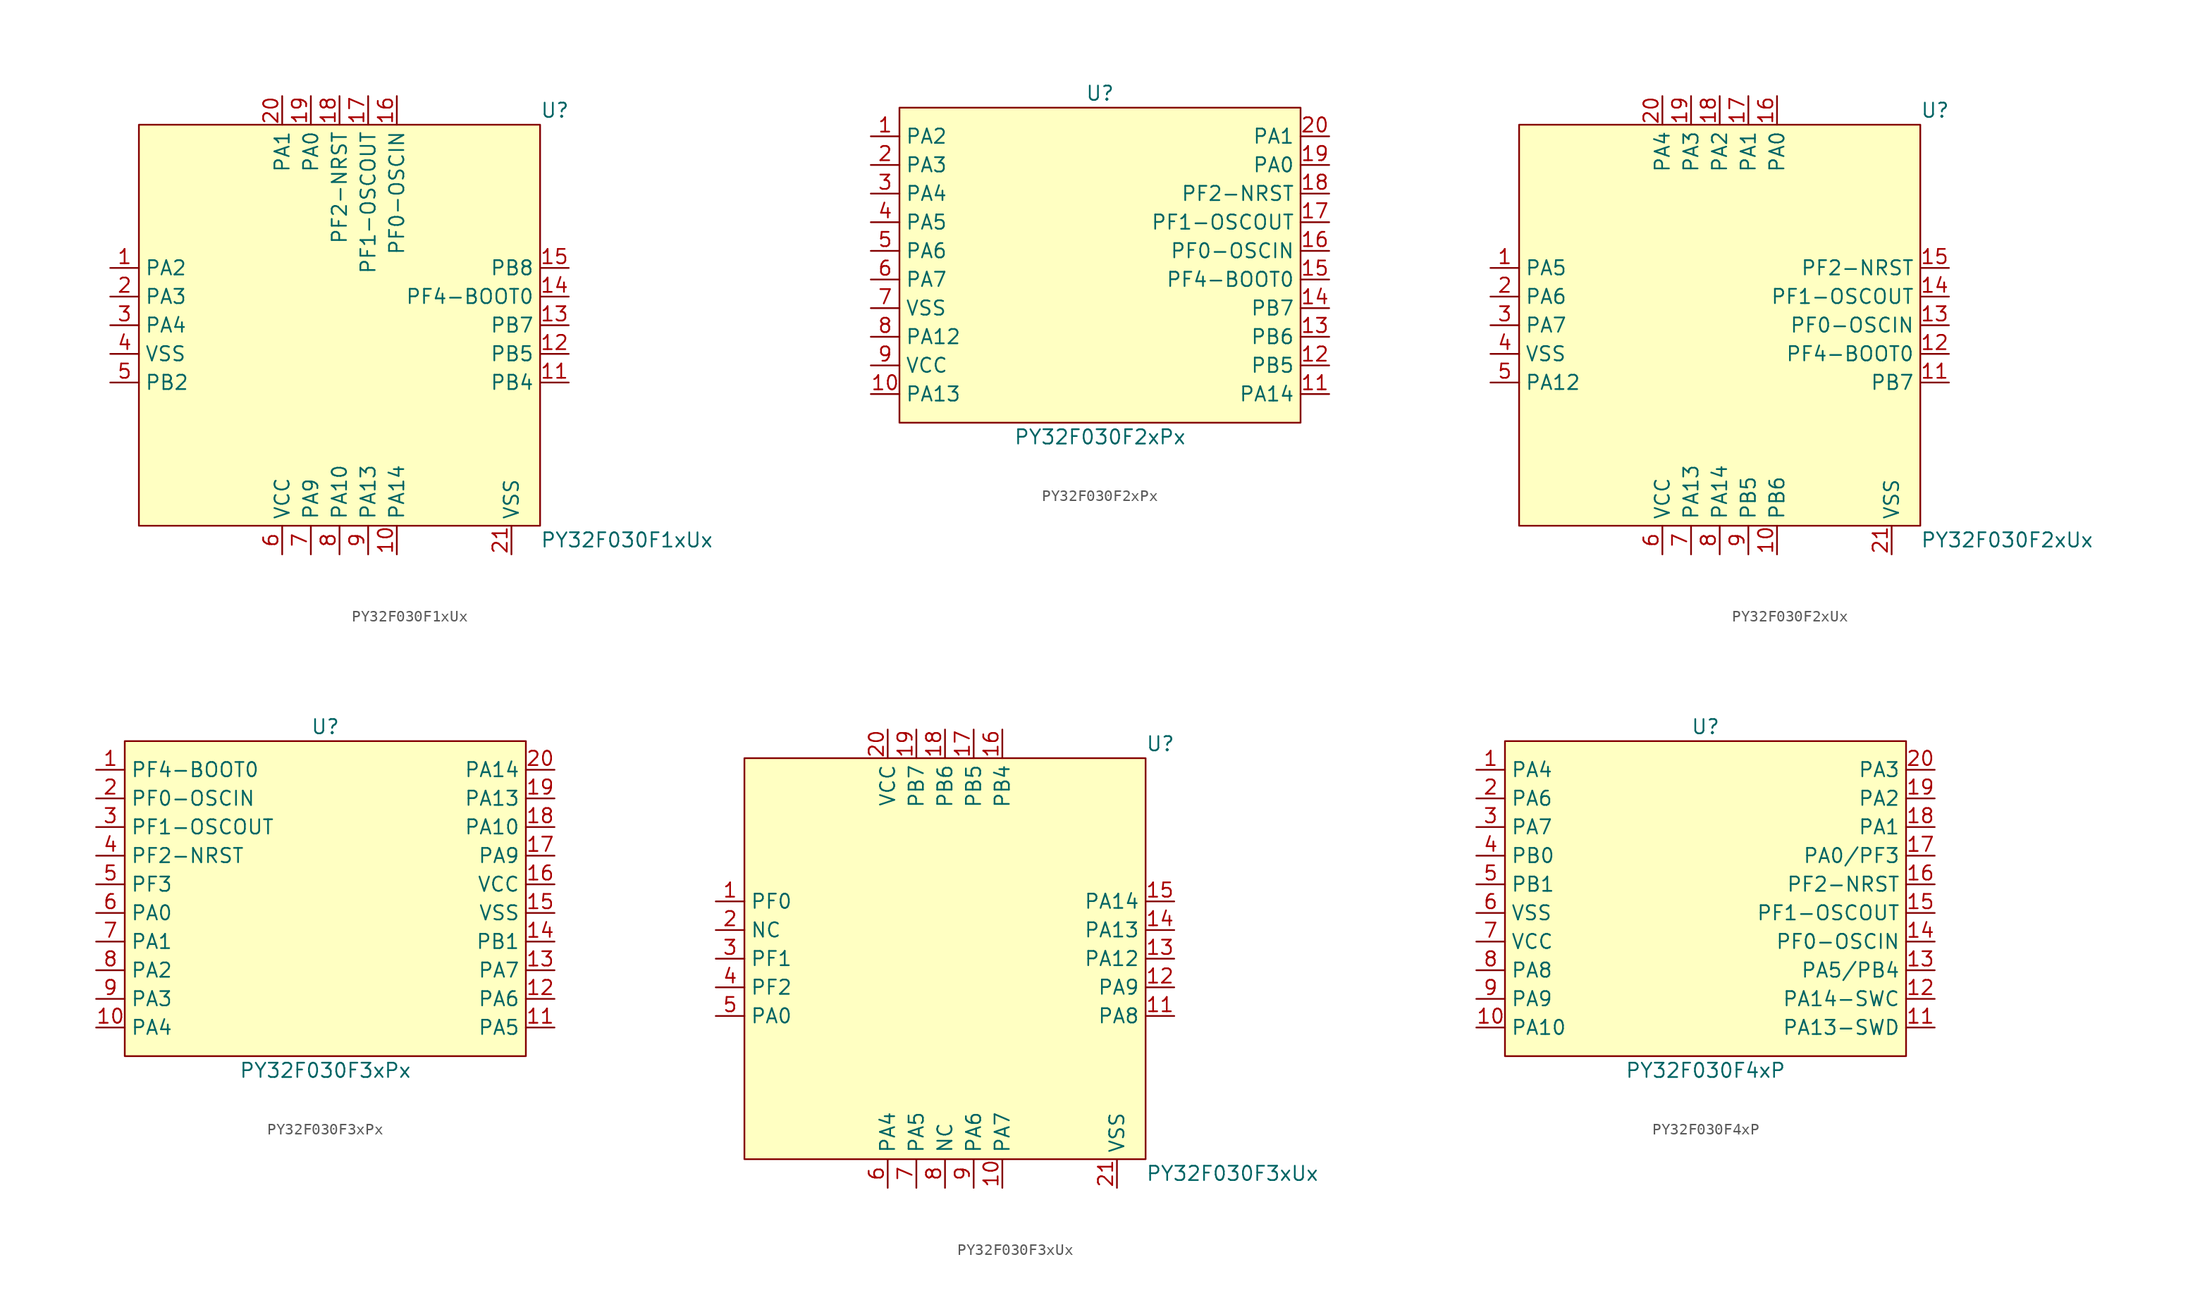
<source format=kicad_sym>
(kicad_symbol_lib
  (version 20241209)
  (generator "kicad_symbol_editor")
  (generator_version "9.0")
  (symbol "PY32F030F1xUx"
    (property "Reference" "U"
      (at 17.78 19.05 0)
      (effects (font (size 1.27 1.27)) (justify left)))
    (property "Value" "PY32F030F1xUx"
      (at 17.78 -19.05 0)
      (effects (font (size 1.27 1.27)) (justify left)))
    (symbol "PY32F030F1xUx_0_0"
      (pin bidirectional line (at -20.32 5.08 0) (length 2.54) (name "PA2" (effects (font (size 1.27 1.27)))) (number "1" (effects (font (size 1.27 1.27)))))
      (pin bidirectional line (at -20.32 2.54 0) (length 2.54) (name "PA3" (effects (font (size 1.27 1.27)))) (number "2" (effects (font (size 1.27 1.27)))))
      (pin bidirectional line (at -20.32 0 0) (length 2.54) (name "PA4" (effects (font (size 1.27 1.27)))) (number "3" (effects (font (size 1.27 1.27)))))
      (pin bidirectional line (at -20.32 -2.54 0) (length 2.54) (name "VSS" (effects (font (size 1.27 1.27)))) (number "4" (effects (font (size 1.27 1.27)))))
      (pin bidirectional line (at -20.32 -5.08 0) (length 2.54) (name "PB2" (effects (font (size 1.27 1.27)))) (number "5" (effects (font (size 1.27 1.27)))))
      (pin bidirectional line (at -5.08 20.32 270) (length 2.54) (name "PA1" (effects (font (size 1.27 1.27)))) (number "20" (effects (font (size 1.27 1.27)))))
      (pin bidirectional line (at -5.08 -20.32 90) (length 2.54) (name "VCC" (effects (font (size 1.27 1.27)))) (number "6" (effects (font (size 1.27 1.27)))))
      (pin bidirectional line (at -2.54 20.32 270) (length 2.54) (name "PA0" (effects (font (size 1.27 1.27)))) (number "19" (effects (font (size 1.27 1.27)))))
      (pin bidirectional line (at -2.54 -20.32 90) (length 2.54) (name "PA9" (effects (font (size 1.27 1.27)))) (number "7" (effects (font (size 1.27 1.27)))))
      (pin bidirectional line (at 0 20.32 270) (length 2.54) (name "PF2-NRST" (effects (font (size 1.27 1.27)))) (number "18" (effects (font (size 1.27 1.27)))))
      (pin bidirectional line (at 0 -20.32 90) (length 2.54) (name "PA10" (effects (font (size 1.27 1.27)))) (number "8" (effects (font (size 1.27 1.27)))))
      (pin bidirectional line (at 2.54 20.32 270) (length 2.54) (name "PF1-OSCOUT" (effects (font (size 1.27 1.27)))) (number "17" (effects (font (size 1.27 1.27)))))
      (pin bidirectional line (at 2.54 -20.32 90) (length 2.54) (name "PA13" (effects (font (size 1.27 1.27)))) (number "9" (effects (font (size 1.27 1.27)))))
      (pin bidirectional line (at 5.08 20.32 270) (length 2.54) (name "PF0-OSCIN" (effects (font (size 1.27 1.27)))) (number "16" (effects (font (size 1.27 1.27)))))
      (pin bidirectional line (at 5.08 -20.32 90) (length 2.54) (name "PA14" (effects (font (size 1.27 1.27)))) (number "10" (effects (font (size 1.27 1.27)))))
      (pin bidirectional line (at 20.32 5.08 180) (length 2.54) (name "PB8" (effects (font (size 1.27 1.27)))) (number "15" (effects (font (size 1.27 1.27)))))
      (pin bidirectional line (at 20.32 2.54 180) (length 2.54) (name "PF4-BOOT0" (effects (font (size 1.27 1.27)))) (number "14" (effects (font (size 1.27 1.27)))))
      (pin bidirectional line (at 20.32 0 180) (length 2.54) (name "PB7" (effects (font (size 1.27 1.27)))) (number "13" (effects (font (size 1.27 1.27)))))
      (pin bidirectional line (at 20.32 -2.54 180) (length 2.54) (name "PB5" (effects (font (size 1.27 1.27)))) (number "12" (effects (font (size 1.27 1.27)))))
      (pin bidirectional line (at 20.32 -5.08 180) (length 2.54) (name "PB4" (effects (font (size 1.27 1.27)))) (number "11" (effects (font (size 1.27 1.27))))))
    (symbol "PY32F030F1xUx_1_0"
      (pin bidirectional line (at 15.24 -20.32 90) (length 2.54) (name "VSS" (effects (font (size 1.27 1.27)))) (number "21" (effects (font (size 1.27 1.27))))))
    (symbol "PY32F030F1xUx_1_1"
      (rectangle (start -17.78 17.78) (end 17.78 -17.78) (stroke (width 0) (type solid)) (fill (type background)))))
  (symbol "PY32F030F2xPx"
    (property "Reference" "U"
      (at 0 13.97 0)
      (effects (font (size 1.27 1.27))))
    (property "Value" "PY32F030F2xPx"
      (at 0 -16.51 0)
      (effects (font (size 1.27 1.27))))
    (symbol "PY32F030F2xPx_0_0"
      (pin bidirectional line (at -20.32 10.16 0) (length 2.54) (name "PA2" (effects (font (size 1.27 1.27)))) (number "1" (effects (font (size 1.27 1.27)))))
      (pin bidirectional line (at -20.32 7.62 0) (length 2.54) (name "PA3" (effects (font (size 1.27 1.27)))) (number "2" (effects (font (size 1.27 1.27)))))
      (pin bidirectional line (at -20.32 5.08 0) (length 2.54) (name "PA4" (effects (font (size 1.27 1.27)))) (number "3" (effects (font (size 1.27 1.27)))))
      (pin bidirectional line (at -20.32 2.54 0) (length 2.54) (name "PA5" (effects (font (size 1.27 1.27)))) (number "4" (effects (font (size 1.27 1.27)))))
      (pin bidirectional line (at -20.32 0 0) (length 2.54) (name "PA6" (effects (font (size 1.27 1.27)))) (number "5" (effects (font (size 1.27 1.27)))))
      (pin bidirectional line (at -20.32 -2.54 0) (length 2.54) (name "PA7" (effects (font (size 1.27 1.27)))) (number "6" (effects (font (size 1.27 1.27)))))
      (pin bidirectional line (at -20.32 -5.08 0) (length 2.54) (name "VSS" (effects (font (size 1.27 1.27)))) (number "7" (effects (font (size 1.27 1.27)))))
      (pin bidirectional line (at -20.32 -7.62 0) (length 2.54) (name "PA12" (effects (font (size 1.27 1.27)))) (number "8" (effects (font (size 1.27 1.27)))))
      (pin bidirectional line (at -20.32 -10.16 0) (length 2.54) (name "VCC" (effects (font (size 1.27 1.27)))) (number "9" (effects (font (size 1.27 1.27)))))
      (pin bidirectional line (at -20.32 -12.7 0) (length 2.54) (name "PA13" (effects (font (size 1.27 1.27)))) (number "10" (effects (font (size 1.27 1.27)))))
      (pin bidirectional line (at 20.32 10.16 180) (length 2.54) (name "PA1" (effects (font (size 1.27 1.27)))) (number "20" (effects (font (size 1.27 1.27)))))
      (pin bidirectional line (at 20.32 7.62 180) (length 2.54) (name "PA0" (effects (font (size 1.27 1.27)))) (number "19" (effects (font (size 1.27 1.27)))))
      (pin bidirectional line (at 20.32 5.08 180) (length 2.54) (name "PF2-NRST" (effects (font (size 1.27 1.27)))) (number "18" (effects (font (size 1.27 1.27)))))
      (pin bidirectional line (at 20.32 2.54 180) (length 2.54) (name "PF1-OSCOUT" (effects (font (size 1.27 1.27)))) (number "17" (effects (font (size 1.27 1.27)))))
      (pin bidirectional line (at 20.32 0 180) (length 2.54) (name "PF0-OSCIN" (effects (font (size 1.27 1.27)))) (number "16" (effects (font (size 1.27 1.27)))))
      (pin bidirectional line (at 20.32 -2.54 180) (length 2.54) (name "PF4-BOOT0" (effects (font (size 1.27 1.27)))) (number "15" (effects (font (size 1.27 1.27)))))
      (pin bidirectional line (at 20.32 -5.08 180) (length 2.54) (name "PB7" (effects (font (size 1.27 1.27)))) (number "14" (effects (font (size 1.27 1.27)))))
      (pin bidirectional line (at 20.32 -7.62 180) (length 2.54) (name "PB6" (effects (font (size 1.27 1.27)))) (number "13" (effects (font (size 1.27 1.27)))))
      (pin bidirectional line (at 20.32 -10.16 180) (length 2.54) (name "PB5" (effects (font (size 1.27 1.27)))) (number "12" (effects (font (size 1.27 1.27)))))
      (pin bidirectional line (at 20.32 -12.7 180) (length 2.54) (name "PA14" (effects (font (size 1.27 1.27)))) (number "11" (effects (font (size 1.27 1.27))))))
    (symbol "PY32F030F2xPx_1_1"
      (rectangle (start -17.78 12.7) (end 17.78 -15.24) (stroke (width 0) (type solid)) (fill (type background)))))
  (symbol "PY32F030F2xUx"
    (property "Reference" "U"
      (at 17.78 19.05 0)
      (effects (font (size 1.27 1.27)) (justify left)))
    (property "Value" "PY32F030F2xUx"
      (at 17.78 -19.05 0)
      (effects (font (size 1.27 1.27)) (justify left)))
    (symbol "PY32F030F2xUx_0_0"
      (pin bidirectional line (at -20.32 5.08 0) (length 2.54) (name "PA5" (effects (font (size 1.27 1.27)))) (number "1" (effects (font (size 1.27 1.27)))))
      (pin bidirectional line (at -20.32 2.54 0) (length 2.54) (name "PA6" (effects (font (size 1.27 1.27)))) (number "2" (effects (font (size 1.27 1.27)))))
      (pin bidirectional line (at -20.32 0 0) (length 2.54) (name "PA7" (effects (font (size 1.27 1.27)))) (number "3" (effects (font (size 1.27 1.27)))))
      (pin bidirectional line (at -20.32 -2.54 0) (length 2.54) (name "VSS" (effects (font (size 1.27 1.27)))) (number "4" (effects (font (size 1.27 1.27)))))
      (pin bidirectional line (at -20.32 -5.08 0) (length 2.54) (name "PA12" (effects (font (size 1.27 1.27)))) (number "5" (effects (font (size 1.27 1.27)))))
      (pin bidirectional line (at -5.08 20.32 270) (length 2.54) (name "PA4" (effects (font (size 1.27 1.27)))) (number "20" (effects (font (size 1.27 1.27)))))
      (pin bidirectional line (at -5.08 -20.32 90) (length 2.54) (name "VCC" (effects (font (size 1.27 1.27)))) (number "6" (effects (font (size 1.27 1.27)))))
      (pin bidirectional line (at -2.54 20.32 270) (length 2.54) (name "PA3" (effects (font (size 1.27 1.27)))) (number "19" (effects (font (size 1.27 1.27)))))
      (pin bidirectional line (at -2.54 -20.32 90) (length 2.54) (name "PA13" (effects (font (size 1.27 1.27)))) (number "7" (effects (font (size 1.27 1.27)))))
      (pin bidirectional line (at 0 20.32 270) (length 2.54) (name "PA2" (effects (font (size 1.27 1.27)))) (number "18" (effects (font (size 1.27 1.27)))))
      (pin bidirectional line (at 2.54 20.32 270) (length 2.54) (name "PA1" (effects (font (size 1.27 1.27)))) (number "17" (effects (font (size 1.27 1.27)))))
      (pin bidirectional line (at 2.54 -20.32 90) (length 2.54) (name "PB5" (effects (font (size 1.27 1.27)))) (number "9" (effects (font (size 1.27 1.27)))))
      (pin bidirectional line (at 5.08 20.32 270) (length 2.54) (name "PA0" (effects (font (size 1.27 1.27)))) (number "16" (effects (font (size 1.27 1.27)))))
      (pin bidirectional line (at 5.08 -20.32 90) (length 2.54) (name "PB6" (effects (font (size 1.27 1.27)))) (number "10" (effects (font (size 1.27 1.27)))))
      (pin bidirectional line (at 20.32 5.08 180) (length 2.54) (name "PF2-NRST" (effects (font (size 1.27 1.27)))) (number "15" (effects (font (size 1.27 1.27)))))
      (pin bidirectional line (at 20.32 2.54 180) (length 2.54) (name "PF1-OSCOUT" (effects (font (size 1.27 1.27)))) (number "14" (effects (font (size 1.27 1.27)))))
      (pin bidirectional line (at 20.32 0 180) (length 2.54) (name "PF0-OSCIN" (effects (font (size 1.27 1.27)))) (number "13" (effects (font (size 1.27 1.27)))))
      (pin bidirectional line (at 20.32 -2.54 180) (length 2.54) (name "PF4-BOOT0" (effects (font (size 1.27 1.27)))) (number "12" (effects (font (size 1.27 1.27)))))
      (pin bidirectional line (at 20.32 -5.08 180) (length 2.54) (name "PB7" (effects (font (size 1.27 1.27)))) (number "11" (effects (font (size 1.27 1.27))))))
    (symbol "PY32F030F2xUx_1_0"
      (pin bidirectional line (at 0 -20.32 90) (length 2.54) (name "PA14" (effects (font (size 1.27 1.27)))) (number "8" (effects (font (size 1.27 1.27)))))
      (pin bidirectional line (at 15.24 -20.32 90) (length 2.54) (name "VSS" (effects (font (size 1.27 1.27)))) (number "21" (effects (font (size 1.27 1.27))))))
    (symbol "PY32F030F2xUx_1_1"
      (rectangle (start -17.78 17.78) (end 17.78 -17.78) (stroke (width 0) (type solid)) (fill (type background)))))
  (symbol "PY32F030F3xPx"
    (property "Reference" "U"
      (at 0 13.97 0)
      (effects (font (size 1.27 1.27))))
    (property "Value" "PY32F030F3xPx"
      (at 0 -16.51 0)
      (effects (font (size 1.27 1.27))))
    (symbol "PY32F030F3xPx_0_0"
      (pin bidirectional line (at -20.32 10.16 0) (length 2.54) (name "PF4-BOOT0" (effects (font (size 1.27 1.27)))) (number "1" (effects (font (size 1.27 1.27)))))
      (pin bidirectional line (at -20.32 7.62 0) (length 2.54) (name "PF0-OSCIN" (effects (font (size 1.27 1.27)))) (number "2" (effects (font (size 1.27 1.27)))))
      (pin bidirectional line (at -20.32 5.08 0) (length 2.54) (name "PF1-OSCOUT" (effects (font (size 1.27 1.27)))) (number "3" (effects (font (size 1.27 1.27)))))
      (pin bidirectional line (at -20.32 2.54 0) (length 2.54) (name "PF2-NRST" (effects (font (size 1.27 1.27)))) (number "4" (effects (font (size 1.27 1.27)))))
      (pin bidirectional line (at -20.32 0 0) (length 2.54) (name "PF3" (effects (font (size 1.27 1.27)))) (number "5" (effects (font (size 1.27 1.27)))))
      (pin bidirectional line (at -20.32 -2.54 0) (length 2.54) (name "PA0" (effects (font (size 1.27 1.27)))) (number "6" (effects (font (size 1.27 1.27)))))
      (pin bidirectional line (at -20.32 -5.08 0) (length 2.54) (name "PA1" (effects (font (size 1.27 1.27)))) (number "7" (effects (font (size 1.27 1.27)))))
      (pin bidirectional line (at -20.32 -7.62 0) (length 2.54) (name "PA2" (effects (font (size 1.27 1.27)))) (number "8" (effects (font (size 1.27 1.27)))))
      (pin bidirectional line (at -20.32 -10.16 0) (length 2.54) (name "PA3" (effects (font (size 1.27 1.27)))) (number "9" (effects (font (size 1.27 1.27)))))
      (pin bidirectional line (at -20.32 -12.7 0) (length 2.54) (name "PA4" (effects (font (size 1.27 1.27)))) (number "10" (effects (font (size 1.27 1.27)))))
      (pin bidirectional line (at 20.32 10.16 180) (length 2.54) (name "PA14" (effects (font (size 1.27 1.27)))) (number "20" (effects (font (size 1.27 1.27)))))
      (pin bidirectional line (at 20.32 7.62 180) (length 2.54) (name "PA13" (effects (font (size 1.27 1.27)))) (number "19" (effects (font (size 1.27 1.27)))))
      (pin bidirectional line (at 20.32 5.08 180) (length 2.54) (name "PA10" (effects (font (size 1.27 1.27)))) (number "18" (effects (font (size 1.27 1.27)))))
      (pin bidirectional line (at 20.32 2.54 180) (length 2.54) (name "PA9" (effects (font (size 1.27 1.27)))) (number "17" (effects (font (size 1.27 1.27)))))
      (pin bidirectional line (at 20.32 0 180) (length 2.54) (name "VCC" (effects (font (size 1.27 1.27)))) (number "16" (effects (font (size 1.27 1.27)))))
      (pin bidirectional line (at 20.32 -2.54 180) (length 2.54) (name "VSS" (effects (font (size 1.27 1.27)))) (number "15" (effects (font (size 1.27 1.27)))))
      (pin bidirectional line (at 20.32 -5.08 180) (length 2.54) (name "PB1" (effects (font (size 1.27 1.27)))) (number "14" (effects (font (size 1.27 1.27)))))
      (pin bidirectional line (at 20.32 -7.62 180) (length 2.54) (name "PA7" (effects (font (size 1.27 1.27)))) (number "13" (effects (font (size 1.27 1.27)))))
      (pin bidirectional line (at 20.32 -10.16 180) (length 2.54) (name "PA6" (effects (font (size 1.27 1.27)))) (number "12" (effects (font (size 1.27 1.27)))))
      (pin bidirectional line (at 20.32 -12.7 180) (length 2.54) (name "PA5" (effects (font (size 1.27 1.27)))) (number "11" (effects (font (size 1.27 1.27))))))
    (symbol "PY32F030F3xPx_1_1"
      (rectangle (start -17.78 12.7) (end 17.78 -15.24) (stroke (width 0) (type solid)) (fill (type background)))))
  (symbol "PY32F030F3xUx"
    (property "Reference" "U"
      (at 17.78 19.05 0)
      (effects (font (size 1.27 1.27)) (justify left)))
    (property "Value" "PY32F030F3xUx"
      (at 17.78 -19.05 0)
      (effects (font (size 1.27 1.27)) (justify left)))
    (symbol "PY32F030F3xUx_0_0"
      (pin bidirectional line (at -20.32 5.08 0) (length 2.54) (name "PF0" (effects (font (size 1.27 1.27)))) (number "1" (effects (font (size 1.27 1.27)))))
      (pin bidirectional line (at -20.32 2.54 0) (length 2.54) (name "NC" (effects (font (size 1.27 1.27)))) (number "2" (effects (font (size 1.27 1.27)))))
      (pin bidirectional line (at -20.32 0 0) (length 2.54) (name "PF1" (effects (font (size 1.27 1.27)))) (number "3" (effects (font (size 1.27 1.27)))))
      (pin bidirectional line (at -20.32 -2.54 0) (length 2.54) (name "PF2" (effects (font (size 1.27 1.27)))) (number "4" (effects (font (size 1.27 1.27)))))
      (pin bidirectional line (at -20.32 -5.08 0) (length 2.54) (name "PA0" (effects (font (size 1.27 1.27)))) (number "5" (effects (font (size 1.27 1.27)))))
      (pin bidirectional line (at -5.08 20.32 270) (length 2.54) (name "VCC" (effects (font (size 1.27 1.27)))) (number "20" (effects (font (size 1.27 1.27)))))
      (pin bidirectional line (at -5.08 -20.32 90) (length 2.54) (name "PA4" (effects (font (size 1.27 1.27)))) (number "6" (effects (font (size 1.27 1.27)))))
      (pin bidirectional line (at -2.54 20.32 270) (length 2.54) (name "PB7" (effects (font (size 1.27 1.27)))) (number "19" (effects (font (size 1.27 1.27)))))
      (pin bidirectional line (at -2.54 -20.32 90) (length 2.54) (name "PA5" (effects (font (size 1.27 1.27)))) (number "7" (effects (font (size 1.27 1.27)))))
      (pin bidirectional line (at 0 20.32 270) (length 2.54) (name "PB6" (effects (font (size 1.27 1.27)))) (number "18" (effects (font (size 1.27 1.27)))))
      (pin bidirectional line (at 0 -20.32 90) (length 2.54) (name "NC" (effects (font (size 1.27 1.27)))) (number "8" (effects (font (size 1.27 1.27)))))
      (pin bidirectional line (at 2.54 20.32 270) (length 2.54) (name "PB5" (effects (font (size 1.27 1.27)))) (number "17" (effects (font (size 1.27 1.27)))))
      (pin bidirectional line (at 2.54 -20.32 90) (length 2.54) (name "PA6" (effects (font (size 1.27 1.27)))) (number "9" (effects (font (size 1.27 1.27)))))
      (pin bidirectional line (at 5.08 20.32 270) (length 2.54) (name "PB4" (effects (font (size 1.27 1.27)))) (number "16" (effects (font (size 1.27 1.27)))))
      (pin bidirectional line (at 5.08 -20.32 90) (length 2.54) (name "PA7" (effects (font (size 1.27 1.27)))) (number "10" (effects (font (size 1.27 1.27)))))
      (pin bidirectional line (at 20.32 5.08 180) (length 2.54) (name "PA14" (effects (font (size 1.27 1.27)))) (number "15" (effects (font (size 1.27 1.27)))))
      (pin bidirectional line (at 20.32 2.54 180) (length 2.54) (name "PA13" (effects (font (size 1.27 1.27)))) (number "14" (effects (font (size 1.27 1.27)))))
      (pin bidirectional line (at 20.32 0 180) (length 2.54) (name "PA12" (effects (font (size 1.27 1.27)))) (number "13" (effects (font (size 1.27 1.27)))))
      (pin bidirectional line (at 20.32 -2.54 180) (length 2.54) (name "PA9" (effects (font (size 1.27 1.27)))) (number "12" (effects (font (size 1.27 1.27)))))
      (pin bidirectional line (at 20.32 -5.08 180) (length 2.54) (name "PA8" (effects (font (size 1.27 1.27)))) (number "11" (effects (font (size 1.27 1.27))))))
    (symbol "PY32F030F3xUx_1_0"
      (pin bidirectional line (at 15.24 -20.32 90) (length 2.54) (name "VSS" (effects (font (size 1.27 1.27)))) (number "21" (effects (font (size 1.27 1.27))))))
    (symbol "PY32F030F3xUx_1_1"
      (rectangle (start -17.78 17.78) (end 17.78 -17.78) (stroke (width 0) (type solid)) (fill (type background)))))
  (symbol "PY32F030F4xP"
    (property "Reference" "U"
      (at 0 13.97 0)
      (effects (font (size 1.27 1.27))))
    (property "Value" "PY32F030F4xP"
      (at 0 -16.51 0)
      (effects (font (size 1.27 1.27))))
    (symbol "PY32F030F4xP_0_0"
      (pin bidirectional line (at -20.32 10.16 0) (length 2.54) (name "PA4" (effects (font (size 1.27 1.27)))) (number "1" (effects (font (size 1.27 1.27)))))
      (pin bidirectional line (at -20.32 7.62 0) (length 2.54) (name "PA6" (effects (font (size 1.27 1.27)))) (number "2" (effects (font (size 1.27 1.27)))))
      (pin bidirectional line (at -20.32 5.08 0) (length 2.54) (name "PA7" (effects (font (size 1.27 1.27)))) (number "3" (effects (font (size 1.27 1.27)))))
      (pin bidirectional line (at -20.32 2.54 0) (length 2.54) (name "PB0" (effects (font (size 1.27 1.27)))) (number "4" (effects (font (size 1.27 1.27)))))
      (pin bidirectional line (at -20.32 0 0) (length 2.54) (name "PB1" (effects (font (size 1.27 1.27)))) (number "5" (effects (font (size 1.27 1.27)))))
      (pin bidirectional line (at -20.32 -2.54 0) (length 2.54) (name "VSS" (effects (font (size 1.27 1.27)))) (number "6" (effects (font (size 1.27 1.27)))))
      (pin bidirectional line (at -20.32 -5.08 0) (length 2.54) (name "VCC" (effects (font (size 1.27 1.27)))) (number "7" (effects (font (size 1.27 1.27)))))
      (pin bidirectional line (at -20.32 -7.62 0) (length 2.54) (name "PA8" (effects (font (size 1.27 1.27)))) (number "8" (effects (font (size 1.27 1.27)))))
      (pin bidirectional line (at -20.32 -10.16 0) (length 2.54) (name "PA9" (effects (font (size 1.27 1.27)))) (number "9" (effects (font (size 1.27 1.27)))))
      (pin bidirectional line (at -20.32 -12.7 0) (length 2.54) (name "PA10" (effects (font (size 1.27 1.27)))) (number "10" (effects (font (size 1.27 1.27)))))
      (pin bidirectional line (at 20.32 10.16 180) (length 2.54) (name "PA3" (effects (font (size 1.27 1.27)))) (number "20" (effects (font (size 1.27 1.27)))))
      (pin bidirectional line (at 20.32 7.62 180) (length 2.54) (name "PA2" (effects (font (size 1.27 1.27)))) (number "19" (effects (font (size 1.27 1.27)))))
      (pin bidirectional line (at 20.32 5.08 180) (length 2.54) (name "PA1" (effects (font (size 1.27 1.27)))) (number "18" (effects (font (size 1.27 1.27)))))
      (pin bidirectional line (at 20.32 2.54 180) (length 2.54) (name "PA0/PF3" (effects (font (size 1.27 1.27)))) (number "17" (effects (font (size 1.27 1.27)))))
      (pin bidirectional line (at 20.32 0 180) (length 2.54) (name "PF2-NRST" (effects (font (size 1.27 1.27)))) (number "16" (effects (font (size 1.27 1.27)))))
      (pin bidirectional line (at 20.32 -2.54 180) (length 2.54) (name "PF1-OSCOUT" (effects (font (size 1.27 1.27)))) (number "15" (effects (font (size 1.27 1.27)))))
      (pin bidirectional line (at 20.32 -5.08 180) (length 2.54) (name "PF0-OSCIN" (effects (font (size 1.27 1.27)))) (number "14" (effects (font (size 1.27 1.27)))))
      (pin bidirectional line (at 20.32 -7.62 180) (length 2.54) (name "PA5/PB4" (effects (font (size 1.27 1.27)))) (number "13" (effects (font (size 1.27 1.27)))))
      (pin bidirectional line (at 20.32 -10.16 180) (length 2.54) (name "PA14-SWC" (effects (font (size 1.27 1.27)))) (number "12" (effects (font (size 1.27 1.27)))))
      (pin bidirectional line (at 20.32 -12.7 180) (length 2.54) (name "PA13-SWD" (effects (font (size 1.27 1.27)))) (number "11" (effects (font (size 1.27 1.27))))))
    (symbol "PY32F030F4xP_1_1"
      (rectangle (start -17.78 12.7) (end 17.78 -15.24) (stroke (width 0) (type solid)) (fill (type background))))))
</source>
